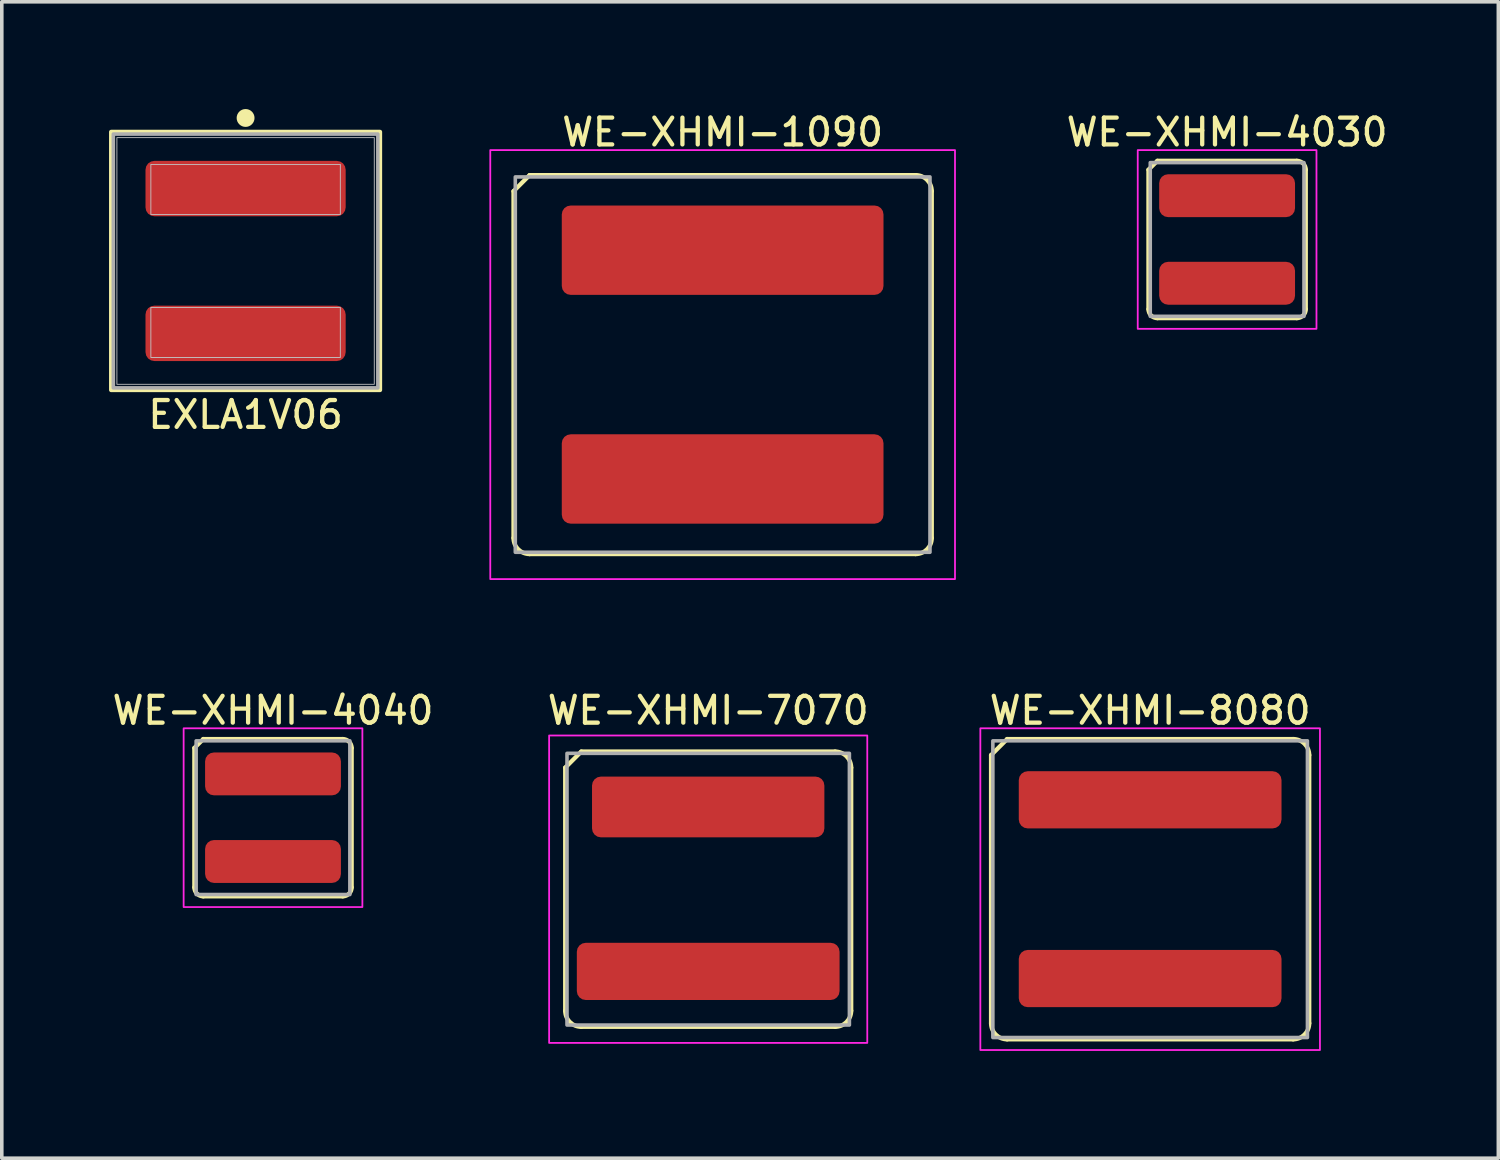
<source format=kicad_pcb>
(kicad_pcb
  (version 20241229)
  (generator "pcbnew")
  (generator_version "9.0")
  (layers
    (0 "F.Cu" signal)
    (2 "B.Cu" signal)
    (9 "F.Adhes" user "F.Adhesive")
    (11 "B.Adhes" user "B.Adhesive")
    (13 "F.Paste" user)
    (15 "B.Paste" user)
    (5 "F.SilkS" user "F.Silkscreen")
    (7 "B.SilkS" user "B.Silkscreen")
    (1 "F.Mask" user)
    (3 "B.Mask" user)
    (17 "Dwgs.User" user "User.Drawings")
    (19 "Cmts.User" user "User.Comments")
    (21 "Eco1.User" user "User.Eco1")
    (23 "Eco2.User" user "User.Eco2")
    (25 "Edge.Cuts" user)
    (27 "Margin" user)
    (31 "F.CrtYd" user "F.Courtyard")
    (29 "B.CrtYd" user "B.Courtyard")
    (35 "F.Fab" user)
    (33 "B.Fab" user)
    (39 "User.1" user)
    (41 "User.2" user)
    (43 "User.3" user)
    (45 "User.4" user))
  (footprint "WE-XHMI-8080"
    (layer "F.Cu")
    (at 29.124 21.824)
    (property "Reference" "WE-XHMI-8080" (at 0 -5 0) (unlocked yes) (layer "F.SilkS") (effects (font (size 0.75 0.75) (thickness 0.12))))
    (attr smd)
    (fp_line (start -4.45 -3.75) (end -4.45 3.75) (stroke (width 0.12) (type solid)) (layer "F.SilkS"))
    (fp_line (start -4 -4.2) (end -4.45 -3.75) (stroke (width 0.12) (type solid)) (layer "F.SilkS"))
    (fp_line (start -4 4.2) (end 4 4.2) (stroke (width 0.12) (type solid)) (layer "F.SilkS"))
    (fp_line (start 4 -4.2) (end -4 -4.2) (stroke (width 0.12) (type solid)) (layer "F.SilkS"))
    (fp_line (start 4.45 3.75) (end 4.45 -3.75) (stroke (width 0.12) (type solid)) (layer "F.SilkS"))
    (fp_arc (start -4 4.2) (mid -4.318198 4.068198) (end -4.45 3.75) (stroke (width 0.12) (type solid)) (layer "F.SilkS"))
    (fp_arc (start 4 -4.2) (mid 4.318198 -4.068198) (end 4.45 -3.75) (stroke (width 0.12) (type solid)) (layer "F.SilkS"))
    (fp_arc (start 4.45 3.75) (mid 4.318198 4.068198) (end 4 4.2) (stroke (width 0.12) (type solid)) (layer "F.SilkS"))
    (fp_rect (start -4.75 -4.5) (end 4.75 4.5) (stroke (width 0.05) (type solid)) (fill no) (layer "F.CrtYd"))
    (fp_rect (start -4.4 -4.15) (end 4.4 4.15) (stroke (width 0.1) (type solid)) (fill no) (layer "F.Fab"))
    (pad "1" smd roundrect (at 0 -2.5) (size 7.35 1.6) (layers "F.Cu" "F.Mask" "F.Paste") (roundrect_rratio 0.156))
    (pad "2" smd roundrect (at 0 2.5) (size 7.35 1.6) (layers "F.Cu" "F.Mask" "F.Paste") (roundrect_rratio 0.156)))
  (footprint "WE-XHMI-4030"
    (layer "F.Cu")
    (at 31.277 3.649)
    (property "Reference" "WE-XHMI-4030" (at 0 -3 0) (unlocked yes) (layer "F.SilkS") (effects (font (size 0.75 0.75) (thickness 0.12))))
    (attr smd)
    (fp_line (start -2.2 1.95) (end -2.2 -1.95) (stroke (width 0.12) (type default)) (layer "F.SilkS"))
    (fp_line (start -1.95 -2.2) (end -2.2 -1.95) (stroke (width 0.12) (type default)) (layer "F.SilkS"))
    (fp_line (start -1.95 -2.2) (end 1.95 -2.2) (stroke (width 0.12) (type default)) (layer "F.SilkS"))
    (fp_line (start 1.95 2.2) (end -1.95 2.2) (stroke (width 0.12) (type default)) (layer "F.SilkS"))
    (fp_line (start 2.2 -1.95) (end 2.2 1.95) (stroke (width 0.12) (type default)) (layer "F.SilkS"))
    (fp_arc (start -1.95 2.2) (mid -2.126777 2.126777) (end -2.2 1.95) (stroke (width 0.12) (type default)) (layer "F.SilkS"))
    (fp_arc (start 1.95 -2.2) (mid 2.126777 -2.126777) (end 2.2 -1.95) (stroke (width 0.12) (type default)) (layer "F.SilkS"))
    (fp_arc (start 2.2 1.95) (mid 2.126777 2.126777) (end 1.95 2.2) (stroke (width 0.12) (type default)) (layer "F.SilkS"))
    (fp_rect (start -2.5 -2.5) (end 2.5 2.5) (stroke (width 0.05) (type default)) (fill no) (layer "F.CrtYd"))
    (fp_rect (start -2.15 -2.15) (end 2.15 2.15) (stroke (width 0.1) (type solid)) (fill no) (layer "F.Fab"))
    (pad "1" smd roundrect (at 0 -1.225) (size 3.8 1.2) (layers "F.Cu" "F.Mask" "F.Paste") (roundrect_rratio 0.208))
    (pad "2" smd roundrect (at 0 1.225) (size 3.8 1.2) (layers "F.Cu" "F.Mask" "F.Paste") (roundrect_rratio 0.208)))
  (footprint "EXLA1V06"
    (layer "F.Cu")
    (at 3.82 4.25)
    (property "Reference" "EXLA1V06" (at 0 4.3 0) (unlocked yes) (layer "F.SilkS") (effects (font (size 0.75 0.75) (thickness 0.12))))
    (attr smd)
    (fp_rect (start -3.76 -3.61) (end 3.76 3.61) (stroke (width 0.12) (type default)) (fill no) (layer "F.SilkS"))
    (fp_circle (center 0 -4) (end 0.2 -4) (stroke (width 0.1) (type solid)) (fill yes) (layer "F.SilkS"))
    (fp_rect (start -3.6 -3.45) (end 3.6 3.45) (stroke (width 0.025) (type default)) (fill no) (layer "Dwgs.User"))
    (fp_rect (start -2.65 -1.3) (end 2.65 -2.7) (stroke (width 0.025) (type default)) (fill no) (layer "Dwgs.User"))
    (fp_rect (start -2.65 1.3) (end 2.65 2.7) (stroke (width 0.025) (type default)) (fill no) (layer "Dwgs.User"))
    (fp_rect (start -3.7 -3.55) (end 3.7 3.55) (stroke (width 0.1) (type default)) (fill no) (layer "F.Fab"))
    (pad "1" smd roundrect (at 0 -2.025) (size 5.6 1.55) (layers "F.Cu" "F.Mask" "F.Paste") (roundrect_rratio 0.161))
    (pad "2" smd roundrect (at 0 2.025) (size 5.6 1.55) (layers "F.Cu" "F.Mask" "F.Paste") (roundrect_rratio 0.161)))
  (footprint "WE-XHMI-1090"
    (layer "F.Cu")
    (at 17.165 7.149)
    (property "Reference" "WE-XHMI-1090" (at 0 -6.5 0) (unlocked yes) (layer "F.SilkS") (effects (font (size 0.75 0.75) (thickness 0.12))))
    (attr smd)
    (fp_line (start -5.85 -4.85) (end -5.85 4.85) (stroke (width 0.12) (type solid)) (layer "F.SilkS"))
    (fp_line (start -5.4 -5.3) (end -5.85 -4.85) (stroke (width 0.12) (type solid)) (layer "F.SilkS"))
    (fp_line (start -5.4 5.3) (end 5.4 5.3) (stroke (width 0.12) (type solid)) (layer "F.SilkS"))
    (fp_line (start 5.4 -5.3) (end -5.4 -5.3) (stroke (width 0.12) (type solid)) (layer "F.SilkS"))
    (fp_line (start 5.85 4.85) (end 5.85 -4.85) (stroke (width 0.12) (type solid)) (layer "F.SilkS"))
    (fp_arc (start -5.4 5.3) (mid -5.718198 5.168198) (end -5.85 4.85) (stroke (width 0.12) (type solid)) (layer "F.SilkS"))
    (fp_arc (start 5.4 -5.3) (mid 5.718198 -5.168198) (end 5.85 -4.85) (stroke (width 0.12) (type solid)) (layer "F.SilkS"))
    (fp_arc (start 5.85 4.85) (mid 5.718198 5.168198) (end 5.4 5.3) (stroke (width 0.12) (type solid)) (layer "F.SilkS"))
    (fp_rect (start -6.5 -6) (end 6.5 6) (stroke (width 0.05) (type solid)) (fill no) (layer "F.CrtYd"))
    (fp_rect (start -5.8 -5.25) (end 5.8 5.25) (stroke (width 0.1) (type solid)) (fill no) (layer "F.Fab"))
    (pad "1" smd roundrect (at 0 -3.2) (size 9 2.5) (layers "F.Cu" "F.Mask" "F.Paste") (roundrect_rratio 0.1))
    (pad "2" smd roundrect (at 0 3.2) (size 9 2.5) (layers "F.Cu" "F.Mask" "F.Paste") (roundrect_rratio 0.1)))
  (footprint "WE-XHMI-4040"
    (layer "F.Cu")
    (at 4.587 19.824)
    (property "Reference" "WE-XHMI-4040" (at 0 -3 0) (unlocked yes) (layer "F.SilkS") (effects (font (size 0.75 0.75) (thickness 0.12))))
    (attr smd)
    (fp_line (start -2.2 1.95) (end -2.2 -1.95) (stroke (width 0.12) (type default)) (layer "F.SilkS"))
    (fp_line (start -1.95 -2.2) (end -2.2 -1.95) (stroke (width 0.12) (type default)) (layer "F.SilkS"))
    (fp_line (start -1.95 -2.2) (end 1.95 -2.2) (stroke (width 0.12) (type default)) (layer "F.SilkS"))
    (fp_line (start 1.95 2.2) (end -1.95 2.2) (stroke (width 0.12) (type default)) (layer "F.SilkS"))
    (fp_line (start 2.2 -1.95) (end 2.2 1.95) (stroke (width 0.12) (type default)) (layer "F.SilkS"))
    (fp_arc (start -1.95 2.2) (mid -2.126777 2.126777) (end -2.2 1.95) (stroke (width 0.12) (type default)) (layer "F.SilkS"))
    (fp_arc (start 1.95 -2.2) (mid 2.126777 -2.126777) (end 2.2 -1.95) (stroke (width 0.12) (type default)) (layer "F.SilkS"))
    (fp_arc (start 2.2 1.95) (mid 2.126777 2.126777) (end 1.95 2.2) (stroke (width 0.12) (type default)) (layer "F.SilkS"))
    (fp_rect (start -2.5 -2.5) (end 2.5 2.5) (stroke (width 0.05) (type default)) (fill no) (layer "F.CrtYd"))
    (fp_rect (start -2.15 -2.15) (end 2.15 2.15) (stroke (width 0.1) (type solid)) (fill no) (layer "F.Fab"))
    (pad "1" smd roundrect (at 0 -1.225) (size 3.8 1.2) (layers "F.Cu" "F.Mask" "F.Paste") (roundrect_rratio 0.208))
    (pad "2" smd roundrect (at 0 1.225) (size 3.8 1.2) (layers "F.Cu" "F.Mask" "F.Paste") (roundrect_rratio 0.208)))
  (footprint "WE-XHMI-7070"
    (layer "F.Cu")
    (at 16.761 21.824)
    (property "Reference" "WE-XHMI-7070" (at 0 -5 0) (unlocked yes) (layer "F.SilkS") (effects (font (size 0.75 0.75) (thickness 0.12))))
    (attr smd)
    (fp_line (start -4 -3.4) (end -4 3.4) (stroke (width 0.12) (type solid)) (layer "F.SilkS"))
    (fp_line (start -3.55 -3.85) (end -4 -3.4) (stroke (width 0.12) (type solid)) (layer "F.SilkS"))
    (fp_line (start -3.55 3.85) (end 3.55 3.85) (stroke (width 0.12) (type solid)) (layer "F.SilkS"))
    (fp_line (start 3.55 -3.85) (end -3.55 -3.85) (stroke (width 0.12) (type solid)) (layer "F.SilkS"))
    (fp_line (start 4 3.4) (end 4 -3.4) (stroke (width 0.12) (type solid)) (layer "F.SilkS"))
    (fp_arc (start -3.55 3.85) (mid -3.868198 3.718198) (end -4 3.4) (stroke (width 0.12) (type solid)) (layer "F.SilkS"))
    (fp_arc (start 3.55 -3.85) (mid 3.868198 -3.718198) (end 4 -3.4) (stroke (width 0.12) (type solid)) (layer "F.SilkS"))
    (fp_arc (start 4 3.4) (mid 3.868198 3.718198) (end 3.55 3.85) (stroke (width 0.12) (type solid)) (layer "F.SilkS"))
    (fp_rect (start -4.45 -4.3) (end 4.45 4.3) (stroke (width 0.05) (type solid)) (fill no) (layer "F.CrtYd"))
    (fp_rect (start -3.95 -3.8) (end 3.95 3.8) (stroke (width 0.1) (type solid)) (fill no) (layer "F.Fab"))
    (pad "1" smd roundrect (at 0 -2.3) (size 6.5 1.7) (layers "F.Cu" "F.Mask" "F.Paste") (roundrect_rratio 0.147))
    (pad "2" smd roundrect (at 0 2.3) (size 7.35 1.6) (layers "F.Cu" "F.Mask" "F.Paste") (roundrect_rratio 0.156)))
  (gr_rect
    (start -3 -3)
    (end 38.864 29.349)
    (stroke (width 0.1) (type default))
    (fill no)
    (layer "Edge.Cuts")))
</source>
